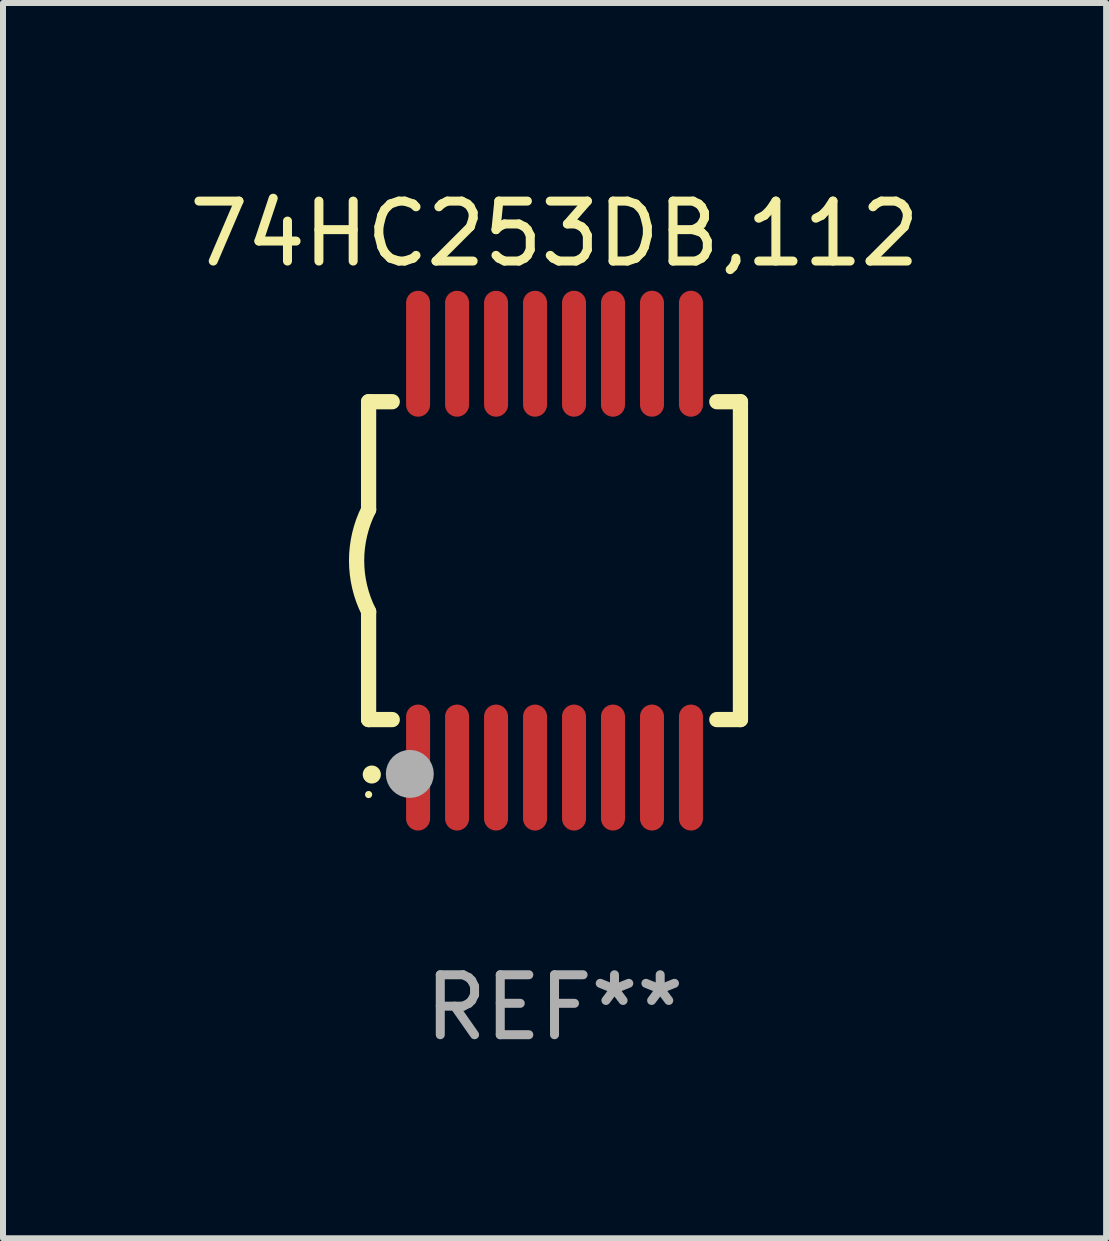
<source format=kicad_pcb>
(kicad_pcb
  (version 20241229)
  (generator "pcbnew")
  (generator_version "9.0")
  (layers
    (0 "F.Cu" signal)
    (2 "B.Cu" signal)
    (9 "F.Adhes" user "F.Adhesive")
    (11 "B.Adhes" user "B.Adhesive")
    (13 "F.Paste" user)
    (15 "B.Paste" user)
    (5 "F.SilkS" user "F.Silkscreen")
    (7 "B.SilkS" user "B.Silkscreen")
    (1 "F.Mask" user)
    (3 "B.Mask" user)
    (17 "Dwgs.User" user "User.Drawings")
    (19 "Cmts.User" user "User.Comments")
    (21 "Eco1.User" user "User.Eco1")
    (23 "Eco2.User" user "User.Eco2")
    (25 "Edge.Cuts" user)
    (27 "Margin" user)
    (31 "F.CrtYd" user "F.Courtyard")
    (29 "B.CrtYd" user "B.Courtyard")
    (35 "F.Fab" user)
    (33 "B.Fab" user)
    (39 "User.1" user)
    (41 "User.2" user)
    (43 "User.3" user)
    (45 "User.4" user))
  (footprint "74HC253DB,112"
    (layer "F.Cu")
    (at 6.196 6.298)
    (property "Reference" "74HC253DB,112" (at 0 -5.45 0) (layer "F.SilkS") (effects (font (size 1 1) (thickness 0.15))))
    (attr through_hole)
    (fp_line (start -3.1 -2.65) (end -3.1 -0.85) (stroke (width 0.254) (type solid)) (layer "F.SilkS"))
    (fp_line (start -3.1 -2.65) (end -2.706 -2.65) (stroke (width 0.254) (type solid)) (layer "F.SilkS"))
    (fp_line (start -3.1 2.65) (end -3.1 0.85) (stroke (width 0.254) (type solid)) (layer "F.SilkS"))
    (fp_line (start -3.1 2.65) (end -2.706 2.65) (stroke (width 0.254) (type solid)) (layer "F.SilkS"))
    (fp_line (start 2.706 -2.65) (end 3.1 -2.65) (stroke (width 0.254) (type solid)) (layer "F.SilkS"))
    (fp_line (start 2.706 2.65) (end 3.1 2.65) (stroke (width 0.254) (type solid)) (layer "F.SilkS"))
    (fp_line (start 3.1 -2.65) (end 3.1 2.65) (stroke (width 0.254) (type solid)) (layer "F.SilkS"))
    (fp_arc (start -3.098907 0.850902) (mid -3.300057 0.000523) (end -3.1 -0.850114) (stroke (width 0.254001) (type solid)) (layer "F.SilkS"))
    (fp_arc (start -3.048006 3.566066) (mid -3.046736 3.566061) (end -3.045466 3.566066) (stroke (width 0.3) (type solid)) (layer "F.SilkS"))
    (fp_circle (center -3.1 3.9) (end -3.07 3.9) (stroke (width 0.06) (type solid)) (fill no) (layer "F.SilkS"))
    (fp_circle (center -2.413 3.556) (end -2.213 3.556) (stroke (width 0.4) (type solid)) (fill no) (layer "F.Fab"))
    (fp_text user "REF**" (at 0 7.45 0) (layer "F.Fab") (effects (font (size 1 1) (thickness 0.15))))
    (pad "1" smd oval (at -2.275 3.45 180) (size 0.4 2.1) (layers "F.Cu" "F.Mask" "F.Paste"))
    (pad "2" smd oval (at -1.625 3.45 180) (size 0.4 2.1) (layers "F.Cu" "F.Mask" "F.Paste"))
    (pad "3" smd oval (at -0.975 3.45 180) (size 0.4 2.1) (layers "F.Cu" "F.Mask" "F.Paste"))
    (pad "4" smd oval (at -0.325 3.45 180) (size 0.4 2.1) (layers "F.Cu" "F.Mask" "F.Paste"))
    (pad "5" smd oval (at 0.325 3.45 180) (size 0.4 2.1) (layers "F.Cu" "F.Mask" "F.Paste"))
    (pad "6" smd oval (at 0.975 3.45 180) (size 0.4 2.1) (layers "F.Cu" "F.Mask" "F.Paste"))
    (pad "7" smd oval (at 1.625 3.45 180) (size 0.4 2.1) (layers "F.Cu" "F.Mask" "F.Paste"))
    (pad "8" smd oval (at 2.275 3.45 180) (size 0.4 2.1) (layers "F.Cu" "F.Mask" "F.Paste"))
    (pad "9" smd oval (at 2.275 -3.45 180) (size 0.4 2.1) (layers "F.Cu" "F.Mask" "F.Paste"))
    (pad "10" smd oval (at 1.625 -3.45 180) (size 0.4 2.1) (layers "F.Cu" "F.Mask" "F.Paste"))
    (pad "11" smd oval (at 0.975 -3.45 180) (size 0.4 2.1) (layers "F.Cu" "F.Mask" "F.Paste"))
    (pad "12" smd oval (at 0.325 -3.45 180) (size 0.4 2.1) (layers "F.Cu" "F.Mask" "F.Paste"))
    (pad "13" smd oval (at -0.325 -3.45 180) (size 0.4 2.1) (layers "F.Cu" "F.Mask" "F.Paste"))
    (pad "14" smd oval (at -0.975 -3.45 180) (size 0.4 2.1) (layers "F.Cu" "F.Mask" "F.Paste"))
    (pad "15" smd oval (at -1.625 -3.45 180) (size 0.4 2.1) (layers "F.Cu" "F.Mask" "F.Paste"))
    (pad "16" smd oval (at -2.275 -3.45 180) (size 0.4 2.1) (layers "F.Cu" "F.Mask" "F.Paste")))
  (gr_rect
    (start -3 -3)
    (end 15.393 17.597)
    (stroke (width 0.1) (type default))
    (fill no)
    (layer "Edge.Cuts")))
</source>
